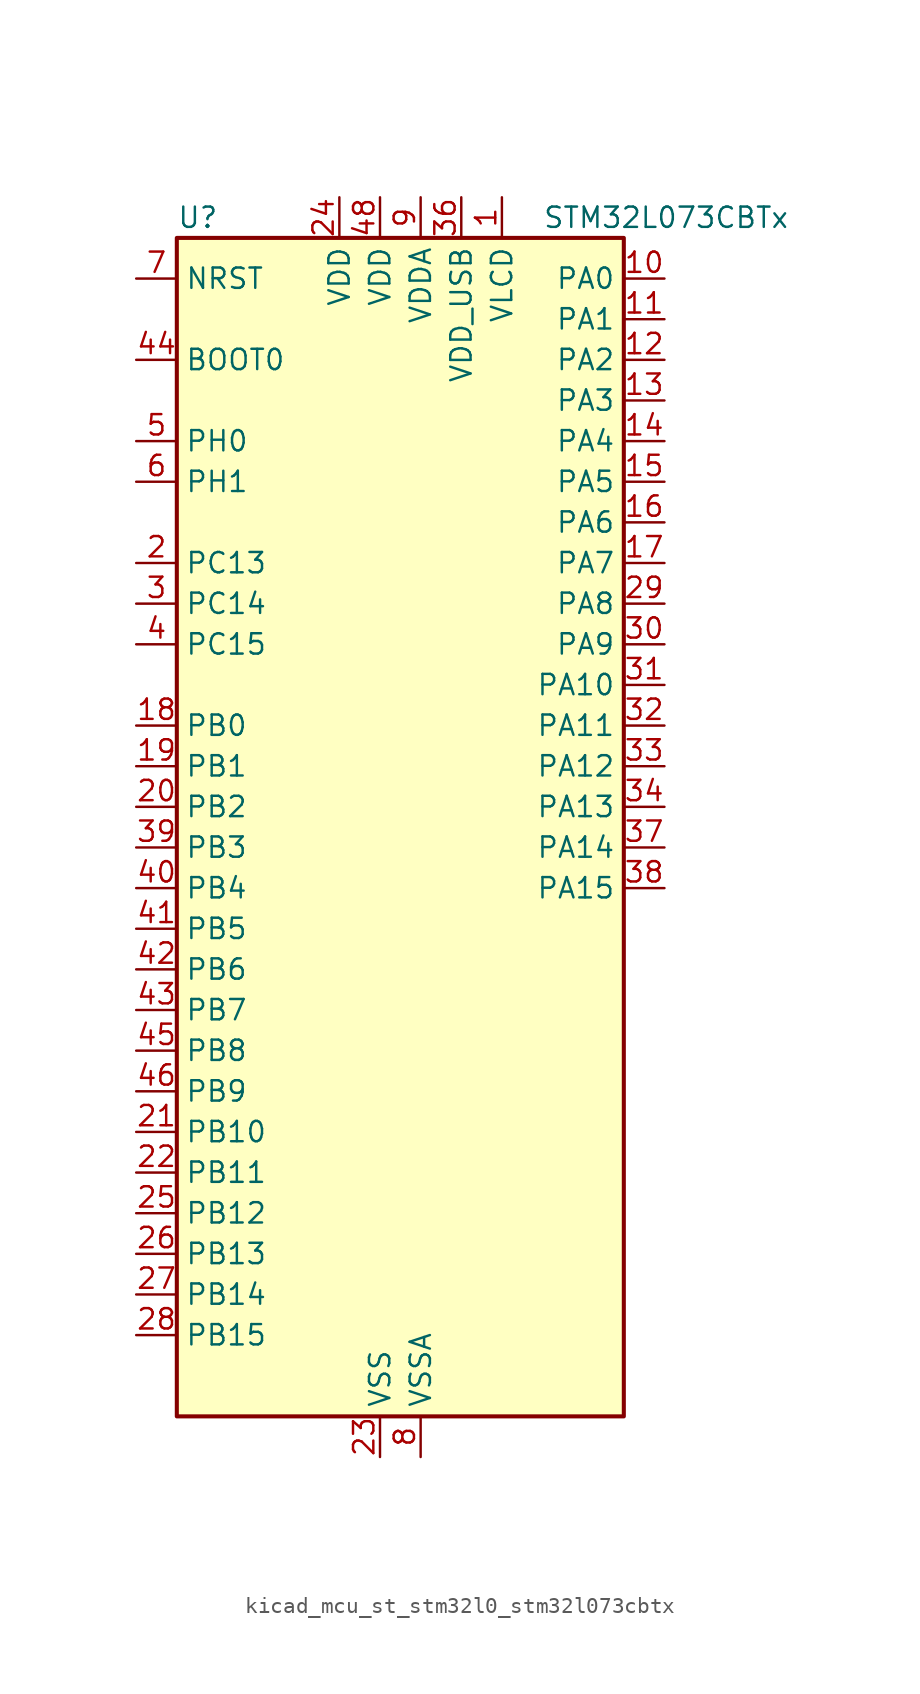
<source format=kicad_sym>
(kicad_symbol_lib
  (version 20220914)
  (generator kicad_symbol_editor)
  (symbol "kicad_mcu_st_stm32l0_stm32l073cbtx"
    (property "Reference" "U"
      (at -12.7 39.37 0)
      (effects (font (size 1.27 1.27)) (justify left)))
    (property "Value" "STM32L073CBTx"
      (at 10.16 39.37 0)
      (effects (font (size 1.27 1.27)) (justify left)))
    (property "ki_locked" ""
      (at 0 0 0)
      (effects (font (size 1.27 1.27))))
    (symbol "kicad_mcu_st_stm32l0_stm32l073cbtx_0_1"
      (rectangle (start -12.7 -35.56) (end 15.24 38.1) (stroke (width 0.254) (type default)) (fill (type background))))
    (symbol "kicad_mcu_st_stm32l0_stm32l073cbtx_1_1"
      (pin power_in line (at 7.62 40.64 270) (length 2.54) (name "VLCD" (effects (font (size 1.27 1.27)))) (number "1" (effects (font (size 1.27 1.27)))))
      (pin bidirectional line (at 17.78 35.56 180) (length 2.54) (name "PA0" (effects (font (size 1.27 1.27)))) (number "10" (effects (font (size 1.27 1.27)))) (alternate "ADC_IN0" bidirectional line) (alternate "COMP1_INM" bidirectional line) (alternate "COMP1_OUT" bidirectional line) (alternate "RTC_TAMP2" bidirectional line) (alternate "SYS_WKUP1" bidirectional line) (alternate "TIM2_CH1" bidirectional line) (alternate "TIM2_ETR" bidirectional line) (alternate "TSC_G1_IO1" bidirectional line) (alternate "USART2_CTS" bidirectional line) (alternate "USART4_TX" bidirectional line))
      (pin bidirectional line (at 17.78 33.02 180) (length 2.54) (name "PA1" (effects (font (size 1.27 1.27)))) (number "11" (effects (font (size 1.27 1.27)))) (alternate "ADC_IN1" bidirectional line) (alternate "COMP1_INP" bidirectional line) (alternate "LCD_SEG0" bidirectional line) (alternate "TIM21_ETR" bidirectional line) (alternate "TIM2_CH2" bidirectional line) (alternate "TSC_G1_IO2" bidirectional line) (alternate "USART2_DE" bidirectional line) (alternate "USART2_RTS" bidirectional line) (alternate "USART4_RX" bidirectional line))
      (pin bidirectional line (at 17.78 30.48 180) (length 2.54) (name "PA2" (effects (font (size 1.27 1.27)))) (number "12" (effects (font (size 1.27 1.27)))) (alternate "ADC_IN2" bidirectional line) (alternate "COMP2_INM" bidirectional line) (alternate "COMP2_OUT" bidirectional line) (alternate "LCD_SEG1" bidirectional line) (alternate "LPUART1_TX" bidirectional line) (alternate "TIM21_CH1" bidirectional line) (alternate "TIM2_CH3" bidirectional line) (alternate "TSC_G1_IO3" bidirectional line) (alternate "USART2_TX" bidirectional line))
      (pin bidirectional line (at 17.78 27.94 180) (length 2.54) (name "PA3" (effects (font (size 1.27 1.27)))) (number "13" (effects (font (size 1.27 1.27)))) (alternate "ADC_IN3" bidirectional line) (alternate "COMP2_INP" bidirectional line) (alternate "LCD_SEG2" bidirectional line) (alternate "LPUART1_RX" bidirectional line) (alternate "TIM21_CH2" bidirectional line) (alternate "TIM2_CH4" bidirectional line) (alternate "TSC_G1_IO4" bidirectional line) (alternate "USART2_RX" bidirectional line))
      (pin bidirectional line (at 17.78 25.4 180) (length 2.54) (name "PA4" (effects (font (size 1.27 1.27)))) (number "14" (effects (font (size 1.27 1.27)))) (alternate "ADC_IN4" bidirectional line) (alternate "COMP1_INM" bidirectional line) (alternate "COMP2_INM" bidirectional line) (alternate "DAC_OUT1" bidirectional line) (alternate "SPI1_NSS" bidirectional line) (alternate "TIM22_ETR" bidirectional line) (alternate "TSC_G2_IO1" bidirectional line) (alternate "USART2_CK" bidirectional line))
      (pin bidirectional line (at 17.78 22.86 180) (length 2.54) (name "PA5" (effects (font (size 1.27 1.27)))) (number "15" (effects (font (size 1.27 1.27)))) (alternate "ADC_IN5" bidirectional line) (alternate "COMP1_INM" bidirectional line) (alternate "COMP2_INM" bidirectional line) (alternate "DAC_OUT2" bidirectional line) (alternate "SPI1_SCK" bidirectional line) (alternate "TIM2_CH1" bidirectional line) (alternate "TIM2_ETR" bidirectional line) (alternate "TSC_G2_IO2" bidirectional line))
      (pin bidirectional line (at 17.78 20.32 180) (length 2.54) (name "PA6" (effects (font (size 1.27 1.27)))) (number "16" (effects (font (size 1.27 1.27)))) (alternate "ADC_IN6" bidirectional line) (alternate "COMP1_OUT" bidirectional line) (alternate "LCD_SEG3" bidirectional line) (alternate "LPUART1_CTS" bidirectional line) (alternate "SPI1_MISO" bidirectional line) (alternate "TIM22_CH1" bidirectional line) (alternate "TIM3_CH1" bidirectional line) (alternate "TSC_G2_IO3" bidirectional line))
      (pin bidirectional line (at 17.78 17.78 180) (length 2.54) (name "PA7" (effects (font (size 1.27 1.27)))) (number "17" (effects (font (size 1.27 1.27)))) (alternate "ADC_IN7" bidirectional line) (alternate "COMP2_OUT" bidirectional line) (alternate "LCD_SEG4" bidirectional line) (alternate "SPI1_MOSI" bidirectional line) (alternate "TIM22_CH2" bidirectional line) (alternate "TIM3_CH2" bidirectional line) (alternate "TSC_G2_IO4" bidirectional line))
      (pin bidirectional line (at -15.24 7.62 0) (length 2.54) (name "PB0" (effects (font (size 1.27 1.27)))) (number "18" (effects (font (size 1.27 1.27)))) (alternate "ADC_IN8" bidirectional line) (alternate "LCD_SEG5" bidirectional line) (alternate "LCD_VLCD3" bidirectional line) (alternate "SYS_VREF_OUT_PB0" bidirectional line) (alternate "TIM3_CH3" bidirectional line) (alternate "TSC_G3_IO2" bidirectional line))
      (pin bidirectional line (at -15.24 5.08 0) (length 2.54) (name "PB1" (effects (font (size 1.27 1.27)))) (number "19" (effects (font (size 1.27 1.27)))) (alternate "ADC_IN9" bidirectional line) (alternate "LCD_SEG6" bidirectional line) (alternate "LPUART1_DE" bidirectional line) (alternate "LPUART1_RTS" bidirectional line) (alternate "SYS_VREF_OUT_PB1" bidirectional line) (alternate "TIM3_CH4" bidirectional line) (alternate "TSC_G3_IO3" bidirectional line))
      (pin bidirectional line (at -15.24 17.78 0) (length 2.54) (name "PC13" (effects (font (size 1.27 1.27)))) (number "2" (effects (font (size 1.27 1.27)))) (alternate "RTC_OUT_ALARM" bidirectional line) (alternate "RTC_OUT_CALIB" bidirectional line) (alternate "RTC_TAMP1" bidirectional line) (alternate "RTC_TS" bidirectional line) (alternate "SYS_WKUP2" bidirectional line))
      (pin bidirectional line (at -15.24 2.54 0) (length 2.54) (name "PB2" (effects (font (size 1.27 1.27)))) (number "20" (effects (font (size 1.27 1.27)))) (alternate "I2C3_SMBA" bidirectional line) (alternate "LCD_VLCD2" bidirectional line) (alternate "LPTIM1_OUT" bidirectional line) (alternate "TSC_G3_IO4" bidirectional line))
      (pin bidirectional line (at -15.24 -17.78 0) (length 2.54) (name "PB10" (effects (font (size 1.27 1.27)))) (number "21" (effects (font (size 1.27 1.27)))) (alternate "I2C2_SCL" bidirectional line) (alternate "LCD_SEG10" bidirectional line) (alternate "LPUART1_RX" bidirectional line) (alternate "LPUART1_TX" bidirectional line) (alternate "SPI2_SCK" bidirectional line) (alternate "TIM2_CH3" bidirectional line) (alternate "TSC_SYNC" bidirectional line))
      (pin bidirectional line (at -15.24 -20.32 0) (length 2.54) (name "PB11" (effects (font (size 1.27 1.27)))) (number "22" (effects (font (size 1.27 1.27)))) (alternate "ADC_EXTI11" bidirectional line) (alternate "I2C2_SDA" bidirectional line) (alternate "LCD_SEG11" bidirectional line) (alternate "LPUART1_RX" bidirectional line) (alternate "LPUART1_TX" bidirectional line) (alternate "TIM2_CH4" bidirectional line) (alternate "TSC_G6_IO1" bidirectional line))
      (pin power_in line (at 0 -38.1 90) (length 2.54) (name "VSS" (effects (font (size 1.27 1.27)))) (number "23" (effects (font (size 1.27 1.27)))))
      (pin power_in line (at -2.54 40.64 270) (length 2.54) (name "VDD" (effects (font (size 1.27 1.27)))) (number "24" (effects (font (size 1.27 1.27)))))
      (pin bidirectional line (at -15.24 -22.86 0) (length 2.54) (name "PB12" (effects (font (size 1.27 1.27)))) (number "25" (effects (font (size 1.27 1.27)))) (alternate "I2S2_WS" bidirectional line) (alternate "LCD_SEG12" bidirectional line) (alternate "LCD_VLCD2" bidirectional line) (alternate "LPUART1_DE" bidirectional line) (alternate "LPUART1_RTS" bidirectional line) (alternate "SPI2_NSS" bidirectional line) (alternate "TSC_G6_IO2" bidirectional line))
      (pin bidirectional line (at -15.24 -25.4 0) (length 2.54) (name "PB13" (effects (font (size 1.27 1.27)))) (number "26" (effects (font (size 1.27 1.27)))) (alternate "I2C2_SCL" bidirectional line) (alternate "I2S2_CK" bidirectional line) (alternate "LCD_SEG13" bidirectional line) (alternate "LPUART1_CTS" bidirectional line) (alternate "RCC_MCO" bidirectional line) (alternate "SPI2_SCK" bidirectional line) (alternate "TIM21_CH1" bidirectional line) (alternate "TSC_G6_IO3" bidirectional line))
      (pin bidirectional line (at -15.24 -27.94 0) (length 2.54) (name "PB14" (effects (font (size 1.27 1.27)))) (number "27" (effects (font (size 1.27 1.27)))) (alternate "I2C2_SDA" bidirectional line) (alternate "I2S2_MCK" bidirectional line) (alternate "LCD_SEG14" bidirectional line) (alternate "LPUART1_DE" bidirectional line) (alternate "LPUART1_RTS" bidirectional line) (alternate "RTC_OUT_ALARM" bidirectional line) (alternate "RTC_OUT_CALIB" bidirectional line) (alternate "SPI2_MISO" bidirectional line) (alternate "TIM21_CH2" bidirectional line) (alternate "TSC_G6_IO4" bidirectional line))
      (pin bidirectional line (at -15.24 -30.48 0) (length 2.54) (name "PB15" (effects (font (size 1.27 1.27)))) (number "28" (effects (font (size 1.27 1.27)))) (alternate "I2S2_SD" bidirectional line) (alternate "LCD_SEG15" bidirectional line) (alternate "RTC_REFIN" bidirectional line) (alternate "SPI2_MOSI" bidirectional line))
      (pin bidirectional line (at 17.78 15.24 180) (length 2.54) (name "PA8" (effects (font (size 1.27 1.27)))) (number "29" (effects (font (size 1.27 1.27)))) (alternate "CRS_SYNC" bidirectional line) (alternate "I2C3_SCL" bidirectional line) (alternate "LCD_COM0" bidirectional line) (alternate "RCC_MCO" bidirectional line) (alternate "USART1_CK" bidirectional line))
      (pin bidirectional line (at -15.24 15.24 0) (length 2.54) (name "PC14" (effects (font (size 1.27 1.27)))) (number "3" (effects (font (size 1.27 1.27)))) (alternate "RCC_OSC32_IN" bidirectional line))
      (pin bidirectional line (at 17.78 12.7 180) (length 2.54) (name "PA9" (effects (font (size 1.27 1.27)))) (number "30" (effects (font (size 1.27 1.27)))) (alternate "DAC_EXTI9" bidirectional line) (alternate "I2C1_SCL" bidirectional line) (alternate "I2C3_SMBA" bidirectional line) (alternate "LCD_COM1" bidirectional line) (alternate "RCC_MCO" bidirectional line) (alternate "TSC_G4_IO1" bidirectional line) (alternate "USART1_TX" bidirectional line))
      (pin bidirectional line (at 17.78 10.16 180) (length 2.54) (name "PA10" (effects (font (size 1.27 1.27)))) (number "31" (effects (font (size 1.27 1.27)))) (alternate "I2C1_SDA" bidirectional line) (alternate "LCD_COM2" bidirectional line) (alternate "TSC_G4_IO2" bidirectional line) (alternate "USART1_RX" bidirectional line))
      (pin bidirectional line (at 17.78 7.62 180) (length 2.54) (name "PA11" (effects (font (size 1.27 1.27)))) (number "32" (effects (font (size 1.27 1.27)))) (alternate "ADC_EXTI11" bidirectional line) (alternate "COMP1_OUT" bidirectional line) (alternate "SPI1_MISO" bidirectional line) (alternate "TSC_G4_IO3" bidirectional line) (alternate "USART1_CTS" bidirectional line) (alternate "USB_DM" bidirectional line))
      (pin bidirectional line (at 17.78 5.08 180) (length 2.54) (name "PA12" (effects (font (size 1.27 1.27)))) (number "33" (effects (font (size 1.27 1.27)))) (alternate "COMP2_OUT" bidirectional line) (alternate "SPI1_MOSI" bidirectional line) (alternate "TSC_G4_IO4" bidirectional line) (alternate "USART1_DE" bidirectional line) (alternate "USART1_RTS" bidirectional line) (alternate "USB_DP" bidirectional line))
      (pin bidirectional line (at 17.78 2.54 180) (length 2.54) (name "PA13" (effects (font (size 1.27 1.27)))) (number "34" (effects (font (size 1.27 1.27)))) (alternate "LPUART1_RX" bidirectional line) (alternate "SYS_SWDIO" bidirectional line) (alternate "USB_NOE" bidirectional line))
      (pin passive line (at 0 -38.1 90) (length 2.54) hide (name "VSS" (effects (font (size 1.27 1.27)))) (number "35" (effects (font (size 1.27 1.27)))))
      (pin power_in line (at 5.08 40.64 270) (length 2.54) (name "VDD_USB" (effects (font (size 1.27 1.27)))) (number "36" (effects (font (size 1.27 1.27)))))
      (pin bidirectional line (at 17.78 0 180) (length 2.54) (name "PA14" (effects (font (size 1.27 1.27)))) (number "37" (effects (font (size 1.27 1.27)))) (alternate "LPUART1_TX" bidirectional line) (alternate "SYS_SWCLK" bidirectional line) (alternate "USART2_TX" bidirectional line))
      (pin bidirectional line (at 17.78 -2.54 180) (length 2.54) (name "PA15" (effects (font (size 1.27 1.27)))) (number "38" (effects (font (size 1.27 1.27)))) (alternate "LCD_SEG17" bidirectional line) (alternate "SPI1_NSS" bidirectional line) (alternate "TIM2_CH1" bidirectional line) (alternate "TIM2_ETR" bidirectional line) (alternate "USART2_RX" bidirectional line) (alternate "USART4_DE" bidirectional line) (alternate "USART4_RTS" bidirectional line))
      (pin bidirectional line (at -15.24 0 0) (length 2.54) (name "PB3" (effects (font (size 1.27 1.27)))) (number "39" (effects (font (size 1.27 1.27)))) (alternate "COMP2_INM" bidirectional line) (alternate "LCD_SEG7" bidirectional line) (alternate "SPI1_SCK" bidirectional line) (alternate "TIM2_CH2" bidirectional line) (alternate "TSC_G5_IO1" bidirectional line) (alternate "USART1_DE" bidirectional line) (alternate "USART1_RTS" bidirectional line) (alternate "USART5_TX" bidirectional line))
      (pin bidirectional line (at -15.24 12.7 0) (length 2.54) (name "PC15" (effects (font (size 1.27 1.27)))) (number "4" (effects (font (size 1.27 1.27)))) (alternate "RCC_OSC32_OUT" bidirectional line))
      (pin bidirectional line (at -15.24 -2.54 0) (length 2.54) (name "PB4" (effects (font (size 1.27 1.27)))) (number "40" (effects (font (size 1.27 1.27)))) (alternate "COMP2_INP" bidirectional line) (alternate "I2C3_SDA" bidirectional line) (alternate "LCD_SEG8" bidirectional line) (alternate "SPI1_MISO" bidirectional line) (alternate "TIM22_CH1" bidirectional line) (alternate "TIM3_CH1" bidirectional line) (alternate "TSC_G5_IO2" bidirectional line) (alternate "USART1_CTS" bidirectional line) (alternate "USART5_RX" bidirectional line))
      (pin bidirectional line (at -15.24 -5.08 0) (length 2.54) (name "PB5" (effects (font (size 1.27 1.27)))) (number "41" (effects (font (size 1.27 1.27)))) (alternate "COMP2_INP" bidirectional line) (alternate "I2C1_SMBA" bidirectional line) (alternate "LCD_SEG9" bidirectional line) (alternate "LPTIM1_IN1" bidirectional line) (alternate "SPI1_MOSI" bidirectional line) (alternate "TIM22_CH2" bidirectional line) (alternate "TIM3_CH2" bidirectional line) (alternate "USART1_CK" bidirectional line) (alternate "USART5_CK" bidirectional line) (alternate "USART5_DE" bidirectional line) (alternate "USART5_RTS" bidirectional line))
      (pin bidirectional line (at -15.24 -7.62 0) (length 2.54) (name "PB6" (effects (font (size 1.27 1.27)))) (number "42" (effects (font (size 1.27 1.27)))) (alternate "COMP2_INP" bidirectional line) (alternate "I2C1_SCL" bidirectional line) (alternate "LPTIM1_ETR" bidirectional line) (alternate "TSC_G5_IO3" bidirectional line) (alternate "USART1_TX" bidirectional line))
      (pin bidirectional line (at -15.24 -10.16 0) (length 2.54) (name "PB7" (effects (font (size 1.27 1.27)))) (number "43" (effects (font (size 1.27 1.27)))) (alternate "COMP2_INP" bidirectional line) (alternate "I2C1_SDA" bidirectional line) (alternate "LPTIM1_IN2" bidirectional line) (alternate "SYS_PVD_IN" bidirectional line) (alternate "TSC_G5_IO4" bidirectional line) (alternate "USART1_RX" bidirectional line) (alternate "USART4_CTS" bidirectional line))
      (pin input line (at -15.24 30.48 0) (length 2.54) (name "BOOT0" (effects (font (size 1.27 1.27)))) (number "44" (effects (font (size 1.27 1.27)))))
      (pin bidirectional line (at -15.24 -12.7 0) (length 2.54) (name "PB8" (effects (font (size 1.27 1.27)))) (number "45" (effects (font (size 1.27 1.27)))) (alternate "I2C1_SCL" bidirectional line) (alternate "LCD_SEG16" bidirectional line) (alternate "TSC_SYNC" bidirectional line))
      (pin bidirectional line (at -15.24 -15.24 0) (length 2.54) (name "PB9" (effects (font (size 1.27 1.27)))) (number "46" (effects (font (size 1.27 1.27)))) (alternate "DAC_EXTI9" bidirectional line) (alternate "I2C1_SDA" bidirectional line) (alternate "I2S2_WS" bidirectional line) (alternate "LCD_COM3" bidirectional line) (alternate "SPI2_NSS" bidirectional line))
      (pin passive line (at 0 -38.1 90) (length 2.54) hide (name "VSS" (effects (font (size 1.27 1.27)))) (number "47" (effects (font (size 1.27 1.27)))))
      (pin power_in line (at 0 40.64 270) (length 2.54) (name "VDD" (effects (font (size 1.27 1.27)))) (number "48" (effects (font (size 1.27 1.27)))))
      (pin bidirectional line (at -15.24 25.4 0) (length 2.54) (name "PH0" (effects (font (size 1.27 1.27)))) (number "5" (effects (font (size 1.27 1.27)))) (alternate "CRS_SYNC" bidirectional line) (alternate "RCC_OSC_IN" bidirectional line))
      (pin bidirectional line (at -15.24 22.86 0) (length 2.54) (name "PH1" (effects (font (size 1.27 1.27)))) (number "6" (effects (font (size 1.27 1.27)))) (alternate "RCC_OSC_OUT" bidirectional line))
      (pin input line (at -15.24 35.56 0) (length 2.54) (name "NRST" (effects (font (size 1.27 1.27)))) (number "7" (effects (font (size 1.27 1.27)))))
      (pin power_in line (at 2.54 -38.1 90) (length 2.54) (name "VSSA" (effects (font (size 1.27 1.27)))) (number "8" (effects (font (size 1.27 1.27)))))
      (pin power_in line (at 2.54 40.64 270) (length 2.54) (name "VDDA" (effects (font (size 1.27 1.27)))) (number "9" (effects (font (size 1.27 1.27))))))))
</source>
